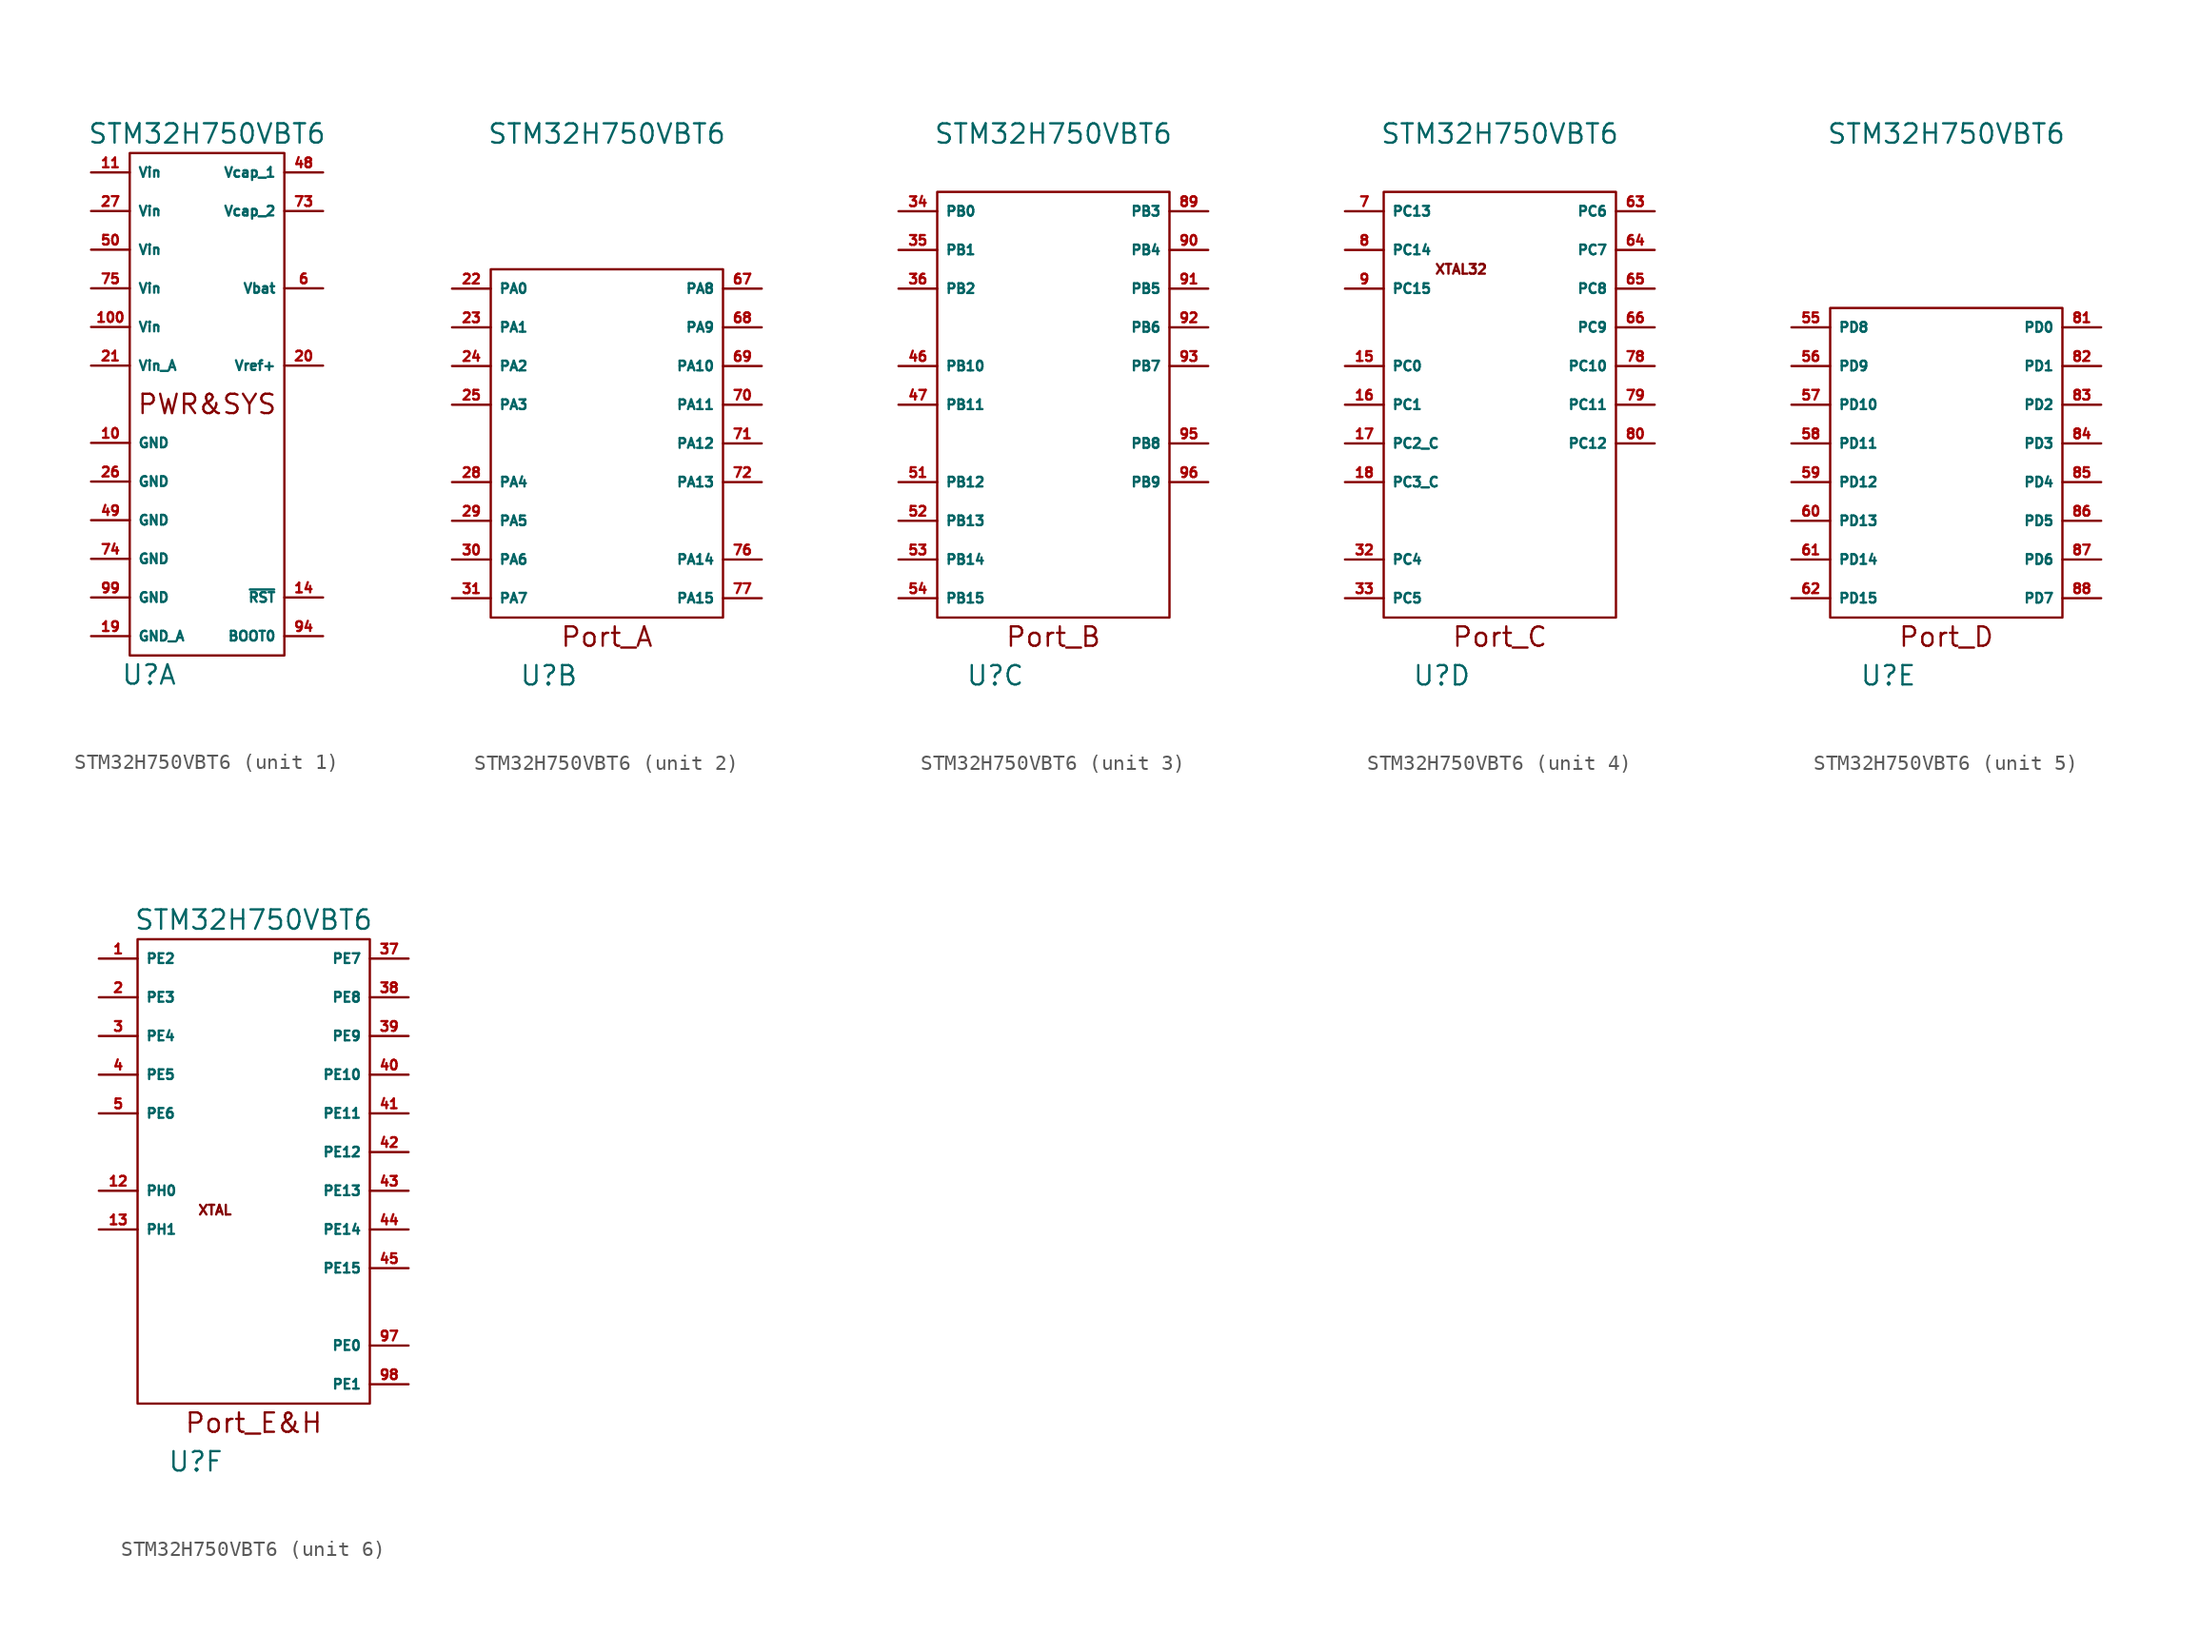
<source format=kicad_sym>
(kicad_symbol_lib
  (version 20211014)
  (generator kicad_symbol_editor)
  (symbol "STM32H750VBT6"
    (property "Reference" "U"
      (at -3.81 -17.78 0)
      (effects (font (size 1.27 1.27))))
    (property "Value" "STM32H750VBT6"
      (at 0 17.78 0)
      (effects (font (size 1.27 1.27))))
    (property "ki_locked" ""
      (at 0 0 0)
      (effects (font (size 1.27 1.27))))
    (symbol "STM32H750VBT6_1_0"
      (rectangle (start -5.08 16.51) (end 5.08 -16.51) (stroke (width 0) (type default) (color 0 0 0 0)) (fill (type none)))
      (text "PWR&SYS" (at 0 0 0) (effects (font (size 1.27 1.27)))))
    (symbol "STM32H750VBT6_1_1"
      (pin power_in line (at -7.62 -2.54 0) (length 2.54) (name "GND" (effects (font (size 0.635 0.635)))) (number "10" (effects (font (size 0.635 0.635)))))
      (pin power_in line (at -7.62 5.08 0) (length 2.54) (name "Vin" (effects (font (size 0.635 0.635)))) (number "100" (effects (font (size 0.635 0.635)))))
      (pin power_in line (at -7.62 15.24 0) (length 2.54) (name "Vin" (effects (font (size 0.635 0.635)))) (number "11" (effects (font (size 0.635 0.635)))))
      (pin input line (at 7.62 -12.7 180) (length 2.54) (name "~{RST}" (effects (font (size 0.635 0.635)))) (number "14" (effects (font (size 0.635 0.635)))))
      (pin power_in line (at -7.62 -15.24 0) (length 2.54) (name "GND_A" (effects (font (size 0.635 0.635)))) (number "19" (effects (font (size 0.635 0.635)))))
      (pin bidirectional line (at 7.62 2.54 180) (length 2.54) (name "Vref+" (effects (font (size 0.635 0.635)))) (number "20" (effects (font (size 0.635 0.635)))))
      (pin power_in line (at -7.62 2.54 0) (length 2.54) (name "Vin_A" (effects (font (size 0.635 0.635)))) (number "21" (effects (font (size 0.635 0.635)))))
      (pin power_in line (at -7.62 -5.08 0) (length 2.54) (name "GND" (effects (font (size 0.635 0.635)))) (number "26" (effects (font (size 0.635 0.635)))))
      (pin power_in line (at -7.62 12.7 0) (length 2.54) (name "Vin" (effects (font (size 0.635 0.635)))) (number "27" (effects (font (size 0.635 0.635)))))
      (pin power_in line (at 7.62 15.24 180) (length 2.54) (name "Vcap_1" (effects (font (size 0.635 0.635)))) (number "48" (effects (font (size 0.635 0.635)))))
      (pin power_in line (at -7.62 -7.62 0) (length 2.54) (name "GND" (effects (font (size 0.635 0.635)))) (number "49" (effects (font (size 0.635 0.635)))))
      (pin power_in line (at -7.62 10.16 0) (length 2.54) (name "Vin" (effects (font (size 0.635 0.635)))) (number "50" (effects (font (size 0.635 0.635)))))
      (pin power_in line (at 7.62 7.62 180) (length 2.54) (name "Vbat" (effects (font (size 0.635 0.635)))) (number "6" (effects (font (size 0.635 0.635)))))
      (pin power_in line (at 7.62 12.7 180) (length 2.54) (name "Vcap_2" (effects (font (size 0.635 0.635)))) (number "73" (effects (font (size 0.635 0.635)))))
      (pin power_in line (at -7.62 -10.16 0) (length 2.54) (name "GND" (effects (font (size 0.635 0.635)))) (number "74" (effects (font (size 0.635 0.635)))))
      (pin power_in line (at -7.62 7.62 0) (length 2.54) (name "Vin" (effects (font (size 0.635 0.635)))) (number "75" (effects (font (size 0.635 0.635)))))
      (pin input line (at 7.62 -15.24 180) (length 2.54) (name "BOOT0" (effects (font (size 0.635 0.635)))) (number "94" (effects (font (size 0.635 0.635)))))
      (pin power_in line (at -7.62 -12.7 0) (length 2.54) (name "GND" (effects (font (size 0.635 0.635)))) (number "99" (effects (font (size 0.635 0.635))))))
    (symbol "STM32H750VBT6_2_0"
      (rectangle (start -7.62 8.89) (end 7.62 -13.97) (stroke (width 0) (type default) (color 0 0 0 0)) (fill (type none)))
      (text "Port_A" (at 0 -15.24 0) (effects (font (size 1.27 1.27)))))
    (symbol "STM32H750VBT6_2_1"
      (pin bidirectional line (at -10.16 7.62 0) (length 2.54) (name "PA0" (effects (font (size 0.635 0.635)))) (number "22" (effects (font (size 0.635 0.635)))))
      (pin bidirectional line (at -10.16 5.08 0) (length 2.54) (name "PA1" (effects (font (size 0.635 0.635)))) (number "23" (effects (font (size 0.635 0.635)))))
      (pin bidirectional line (at -10.16 2.54 0) (length 2.54) (name "PA2" (effects (font (size 0.635 0.635)))) (number "24" (effects (font (size 0.635 0.635)))))
      (pin bidirectional line (at -10.16 0 0) (length 2.54) (name "PA3" (effects (font (size 0.635 0.635)))) (number "25" (effects (font (size 0.635 0.635)))))
      (pin bidirectional line (at -10.16 -5.08 0) (length 2.54) (name "PA4" (effects (font (size 0.635 0.635)))) (number "28" (effects (font (size 0.635 0.635)))))
      (pin bidirectional line (at -10.16 -7.62 0) (length 2.54) (name "PA5" (effects (font (size 0.635 0.635)))) (number "29" (effects (font (size 0.635 0.635)))))
      (pin bidirectional line (at -10.16 -10.16 0) (length 2.54) (name "PA6" (effects (font (size 0.635 0.635)))) (number "30" (effects (font (size 0.635 0.635)))))
      (pin bidirectional line (at -10.16 -12.7 0) (length 2.54) (name "PA7" (effects (font (size 0.635 0.635)))) (number "31" (effects (font (size 0.635 0.635)))))
      (pin bidirectional line (at 10.16 7.62 180) (length 2.54) (name "PA8" (effects (font (size 0.635 0.635)))) (number "67" (effects (font (size 0.635 0.635)))))
      (pin bidirectional line (at 10.16 5.08 180) (length 2.54) (name "PA9" (effects (font (size 0.635 0.635)))) (number "68" (effects (font (size 0.635 0.635)))))
      (pin bidirectional line (at 10.16 2.54 180) (length 2.54) (name "PA10" (effects (font (size 0.635 0.635)))) (number "69" (effects (font (size 0.635 0.635)))))
      (pin bidirectional line (at 10.16 0 180) (length 2.54) (name "PA11" (effects (font (size 0.635 0.635)))) (number "70" (effects (font (size 0.635 0.635)))))
      (pin bidirectional line (at 10.16 -2.54 180) (length 2.54) (name "PA12" (effects (font (size 0.635 0.635)))) (number "71" (effects (font (size 0.635 0.635)))))
      (pin bidirectional line (at 10.16 -5.08 180) (length 2.54) (name "PA13" (effects (font (size 0.635 0.635)))) (number "72" (effects (font (size 0.635 0.635)))))
      (pin bidirectional line (at 10.16 -10.16 180) (length 2.54) (name "PA14" (effects (font (size 0.635 0.635)))) (number "76" (effects (font (size 0.635 0.635)))))
      (pin bidirectional line (at 10.16 -12.7 180) (length 2.54) (name "PA15" (effects (font (size 0.635 0.635)))) (number "77" (effects (font (size 0.635 0.635))))))
    (symbol "STM32H750VBT6_3_0"
      (rectangle (start -7.62 13.97) (end 7.62 -13.97) (stroke (width 0) (type default) (color 0 0 0 0)) (fill (type none)))
      (text "Port_B" (at 0 -15.24 0) (effects (font (size 1.27 1.27)))))
    (symbol "STM32H750VBT6_3_1"
      (pin bidirectional line (at -10.16 12.7 0) (length 2.54) (name "PB0" (effects (font (size 0.635 0.635)))) (number "34" (effects (font (size 0.635 0.635)))))
      (pin bidirectional line (at -10.16 10.16 0) (length 2.54) (name "PB1" (effects (font (size 0.635 0.635)))) (number "35" (effects (font (size 0.635 0.635)))))
      (pin bidirectional line (at -10.16 7.62 0) (length 2.54) (name "PB2" (effects (font (size 0.635 0.635)))) (number "36" (effects (font (size 0.635 0.635)))))
      (pin bidirectional line (at -10.16 2.54 0) (length 2.54) (name "PB10" (effects (font (size 0.635 0.635)))) (number "46" (effects (font (size 0.635 0.635)))))
      (pin bidirectional line (at -10.16 0 0) (length 2.54) (name "PB11" (effects (font (size 0.635 0.635)))) (number "47" (effects (font (size 0.635 0.635)))))
      (pin bidirectional line (at -10.16 -5.08 0) (length 2.54) (name "PB12" (effects (font (size 0.635 0.635)))) (number "51" (effects (font (size 0.635 0.635)))))
      (pin bidirectional line (at -10.16 -7.62 0) (length 2.54) (name "PB13" (effects (font (size 0.635 0.635)))) (number "52" (effects (font (size 0.635 0.635)))))
      (pin bidirectional line (at -10.16 -10.16 0) (length 2.54) (name "PB14" (effects (font (size 0.635 0.635)))) (number "53" (effects (font (size 0.635 0.635)))))
      (pin bidirectional line (at -10.16 -12.7 0) (length 2.54) (name "PB15" (effects (font (size 0.635 0.635)))) (number "54" (effects (font (size 0.635 0.635)))))
      (pin bidirectional line (at 10.16 12.7 180) (length 2.54) (name "PB3" (effects (font (size 0.635 0.635)))) (number "89" (effects (font (size 0.635 0.635)))))
      (pin bidirectional line (at 10.16 10.16 180) (length 2.54) (name "PB4" (effects (font (size 0.635 0.635)))) (number "90" (effects (font (size 0.635 0.635)))))
      (pin bidirectional line (at 10.16 7.62 180) (length 2.54) (name "PB5" (effects (font (size 0.635 0.635)))) (number "91" (effects (font (size 0.635 0.635)))))
      (pin bidirectional line (at 10.16 5.08 180) (length 2.54) (name "PB6" (effects (font (size 0.635 0.635)))) (number "92" (effects (font (size 0.635 0.635)))))
      (pin bidirectional line (at 10.16 2.54 180) (length 2.54) (name "PB7" (effects (font (size 0.635 0.635)))) (number "93" (effects (font (size 0.635 0.635)))))
      (pin bidirectional line (at 10.16 -2.54 180) (length 2.54) (name "PB8" (effects (font (size 0.635 0.635)))) (number "95" (effects (font (size 0.635 0.635)))))
      (pin bidirectional line (at 10.16 -5.08 180) (length 2.54) (name "PB9" (effects (font (size 0.635 0.635)))) (number "96" (effects (font (size 0.635 0.635))))))
    (symbol "STM32H750VBT6_4_0"
      (rectangle (start -7.62 13.97) (end 7.62 -13.97) (stroke (width 0) (type default) (color 0 0 0 0)) (fill (type none)))
      (text "Port_C" (at 0 -15.24 0) (effects (font (size 1.27 1.27)))))
    (symbol "STM32H750VBT6_4_1"
      (text "XTAL32" (at -2.54 8.89 0) (effects (font (size 0.635 0.635))))
      (pin bidirectional line (at -10.16 2.54 0) (length 2.54) (name "PC0" (effects (font (size 0.635 0.635)))) (number "15" (effects (font (size 0.635 0.635)))))
      (pin bidirectional line (at -10.16 0 0) (length 2.54) (name "PC1" (effects (font (size 0.635 0.635)))) (number "16" (effects (font (size 0.635 0.635)))))
      (pin bidirectional line (at -10.16 -2.54 0) (length 2.54) (name "PC2_C" (effects (font (size 0.635 0.635)))) (number "17" (effects (font (size 0.635 0.635)))))
      (pin bidirectional line (at -10.16 -5.08 0) (length 2.54) (name "PC3_C" (effects (font (size 0.635 0.635)))) (number "18" (effects (font (size 0.635 0.635)))))
      (pin bidirectional line (at -10.16 -10.16 0) (length 2.54) (name "PC4" (effects (font (size 0.635 0.635)))) (number "32" (effects (font (size 0.635 0.635)))))
      (pin bidirectional line (at -10.16 -12.7 0) (length 2.54) (name "PC5" (effects (font (size 0.635 0.635)))) (number "33" (effects (font (size 0.635 0.635)))))
      (pin bidirectional line (at 10.16 12.7 180) (length 2.54) (name "PC6" (effects (font (size 0.635 0.635)))) (number "63" (effects (font (size 0.635 0.635)))))
      (pin bidirectional line (at 10.16 10.16 180) (length 2.54) (name "PC7" (effects (font (size 0.635 0.635)))) (number "64" (effects (font (size 0.635 0.635)))))
      (pin bidirectional line (at 10.16 7.62 180) (length 2.54) (name "PC8" (effects (font (size 0.635 0.635)))) (number "65" (effects (font (size 0.635 0.635)))))
      (pin bidirectional line (at 10.16 5.08 180) (length 2.54) (name "PC9" (effects (font (size 0.635 0.635)))) (number "66" (effects (font (size 0.635 0.635)))))
      (pin bidirectional line (at -10.16 12.7 0) (length 2.54) (name "PC13" (effects (font (size 0.635 0.635)))) (number "7" (effects (font (size 0.635 0.635)))))
      (pin bidirectional line (at 10.16 2.54 180) (length 2.54) (name "PC10" (effects (font (size 0.635 0.635)))) (number "78" (effects (font (size 0.635 0.635)))))
      (pin bidirectional line (at 10.16 0 180) (length 2.54) (name "PC11" (effects (font (size 0.635 0.635)))) (number "79" (effects (font (size 0.635 0.635)))))
      (pin bidirectional line (at -10.16 10.16 0) (length 2.54) (name "PC14" (effects (font (size 0.635 0.635)))) (number "8" (effects (font (size 0.635 0.635)))))
      (pin bidirectional line (at 10.16 -2.54 180) (length 2.54) (name "PC12" (effects (font (size 0.635 0.635)))) (number "80" (effects (font (size 0.635 0.635)))))
      (pin bidirectional line (at -10.16 7.62 0) (length 2.54) (name "PC15" (effects (font (size 0.635 0.635)))) (number "9" (effects (font (size 0.635 0.635))))))
    (symbol "STM32H750VBT6_5_0"
      (rectangle (start -7.62 6.35) (end 7.62 -13.97) (stroke (width 0) (type default) (color 0 0 0 0)) (fill (type none)))
      (text "Port_D" (at 0 -15.24 0) (effects (font (size 1.27 1.27)))))
    (symbol "STM32H750VBT6_5_1"
      (pin bidirectional line (at -10.16 5.08 0) (length 2.54) (name "PD8" (effects (font (size 0.635 0.635)))) (number "55" (effects (font (size 0.635 0.635)))))
      (pin bidirectional line (at -10.16 2.54 0) (length 2.54) (name "PD9" (effects (font (size 0.635 0.635)))) (number "56" (effects (font (size 0.635 0.635)))))
      (pin bidirectional line (at -10.16 0 0) (length 2.54) (name "PD10" (effects (font (size 0.635 0.635)))) (number "57" (effects (font (size 0.635 0.635)))))
      (pin bidirectional line (at -10.16 -2.54 0) (length 2.54) (name "PD11" (effects (font (size 0.635 0.635)))) (number "58" (effects (font (size 0.635 0.635)))))
      (pin bidirectional line (at -10.16 -5.08 0) (length 2.54) (name "PD12" (effects (font (size 0.635 0.635)))) (number "59" (effects (font (size 0.635 0.635)))))
      (pin bidirectional line (at -10.16 -7.62 0) (length 2.54) (name "PD13" (effects (font (size 0.635 0.635)))) (number "60" (effects (font (size 0.635 0.635)))))
      (pin bidirectional line (at -10.16 -10.16 0) (length 2.54) (name "PD14" (effects (font (size 0.635 0.635)))) (number "61" (effects (font (size 0.635 0.635)))))
      (pin bidirectional line (at -10.16 -12.7 0) (length 2.54) (name "PD15" (effects (font (size 0.635 0.635)))) (number "62" (effects (font (size 0.635 0.635)))))
      (pin bidirectional line (at 10.16 5.08 180) (length 2.54) (name "PD0" (effects (font (size 0.635 0.635)))) (number "81" (effects (font (size 0.635 0.635)))))
      (pin bidirectional line (at 10.16 2.54 180) (length 2.54) (name "PD1" (effects (font (size 0.635 0.635)))) (number "82" (effects (font (size 0.635 0.635)))))
      (pin bidirectional line (at 10.16 0 180) (length 2.54) (name "PD2" (effects (font (size 0.635 0.635)))) (number "83" (effects (font (size 0.635 0.635)))))
      (pin bidirectional line (at 10.16 -2.54 180) (length 2.54) (name "PD3" (effects (font (size 0.635 0.635)))) (number "84" (effects (font (size 0.635 0.635)))))
      (pin bidirectional line (at 10.16 -5.08 180) (length 2.54) (name "PD4" (effects (font (size 0.635 0.635)))) (number "85" (effects (font (size 0.635 0.635)))))
      (pin bidirectional line (at 10.16 -7.62 180) (length 2.54) (name "PD5" (effects (font (size 0.635 0.635)))) (number "86" (effects (font (size 0.635 0.635)))))
      (pin bidirectional line (at 10.16 -10.16 180) (length 2.54) (name "PD6" (effects (font (size 0.635 0.635)))) (number "87" (effects (font (size 0.635 0.635)))))
      (pin bidirectional line (at 10.16 -12.7 180) (length 2.54) (name "PD7" (effects (font (size 0.635 0.635)))) (number "88" (effects (font (size 0.635 0.635))))))
    (symbol "STM32H750VBT6_6_0"
      (rectangle (start -7.62 16.51) (end 7.62 -13.97) (stroke (width 0) (type default) (color 0 0 0 0)) (fill (type none)))
      (text "Port_E&H" (at 0 -15.24 0) (effects (font (size 1.27 1.27)))))
    (symbol "STM32H750VBT6_6_1"
      (text "XTAL" (at -2.54 -1.27 0) (effects (font (size 0.635 0.635))))
      (pin bidirectional line (at -10.16 15.24 0) (length 2.54) (name "PE2" (effects (font (size 0.635 0.635)))) (number "1" (effects (font (size 0.635 0.635)))))
      (pin input line (at -10.16 0 0) (length 2.54) (name "PH0" (effects (font (size 0.635 0.635)))) (number "12" (effects (font (size 0.635 0.635)))))
      (pin input line (at -10.16 -2.54 0) (length 2.54) (name "PH1" (effects (font (size 0.635 0.635)))) (number "13" (effects (font (size 0.635 0.635)))))
      (pin bidirectional line (at -10.16 12.7 0) (length 2.54) (name "PE3" (effects (font (size 0.635 0.635)))) (number "2" (effects (font (size 0.635 0.635)))))
      (pin bidirectional line (at -10.16 10.16 0) (length 2.54) (name "PE4" (effects (font (size 0.635 0.635)))) (number "3" (effects (font (size 0.635 0.635)))))
      (pin bidirectional line (at 10.16 15.24 180) (length 2.54) (name "PE7" (effects (font (size 0.635 0.635)))) (number "37" (effects (font (size 0.635 0.635)))))
      (pin bidirectional line (at 10.16 12.7 180) (length 2.54) (name "PE8" (effects (font (size 0.635 0.635)))) (number "38" (effects (font (size 0.635 0.635)))))
      (pin bidirectional line (at 10.16 10.16 180) (length 2.54) (name "PE9" (effects (font (size 0.635 0.635)))) (number "39" (effects (font (size 0.635 0.635)))))
      (pin bidirectional line (at -10.16 7.62 0) (length 2.54) (name "PE5" (effects (font (size 0.635 0.635)))) (number "4" (effects (font (size 0.635 0.635)))))
      (pin bidirectional line (at 10.16 7.62 180) (length 2.54) (name "PE10" (effects (font (size 0.635 0.635)))) (number "40" (effects (font (size 0.635 0.635)))))
      (pin bidirectional line (at 10.16 5.08 180) (length 2.54) (name "PE11" (effects (font (size 0.635 0.635)))) (number "41" (effects (font (size 0.635 0.635)))))
      (pin bidirectional line (at 10.16 2.54 180) (length 2.54) (name "PE12" (effects (font (size 0.635 0.635)))) (number "42" (effects (font (size 0.635 0.635)))))
      (pin bidirectional line (at 10.16 0 180) (length 2.54) (name "PE13" (effects (font (size 0.635 0.635)))) (number "43" (effects (font (size 0.635 0.635)))))
      (pin bidirectional line (at 10.16 -2.54 180) (length 2.54) (name "PE14" (effects (font (size 0.635 0.635)))) (number "44" (effects (font (size 0.635 0.635)))))
      (pin bidirectional line (at 10.16 -5.08 180) (length 2.54) (name "PE15" (effects (font (size 0.635 0.635)))) (number "45" (effects (font (size 0.635 0.635)))))
      (pin bidirectional line (at -10.16 5.08 0) (length 2.54) (name "PE6" (effects (font (size 0.635 0.635)))) (number "5" (effects (font (size 0.635 0.635)))))
      (pin bidirectional line (at 10.16 -10.16 180) (length 2.54) (name "PE0" (effects (font (size 0.635 0.635)))) (number "97" (effects (font (size 0.635 0.635)))))
      (pin bidirectional line (at 10.16 -12.7 180) (length 2.54) (name "PE1" (effects (font (size 0.635 0.635)))) (number "98" (effects (font (size 0.635 0.635))))))))
</source>
